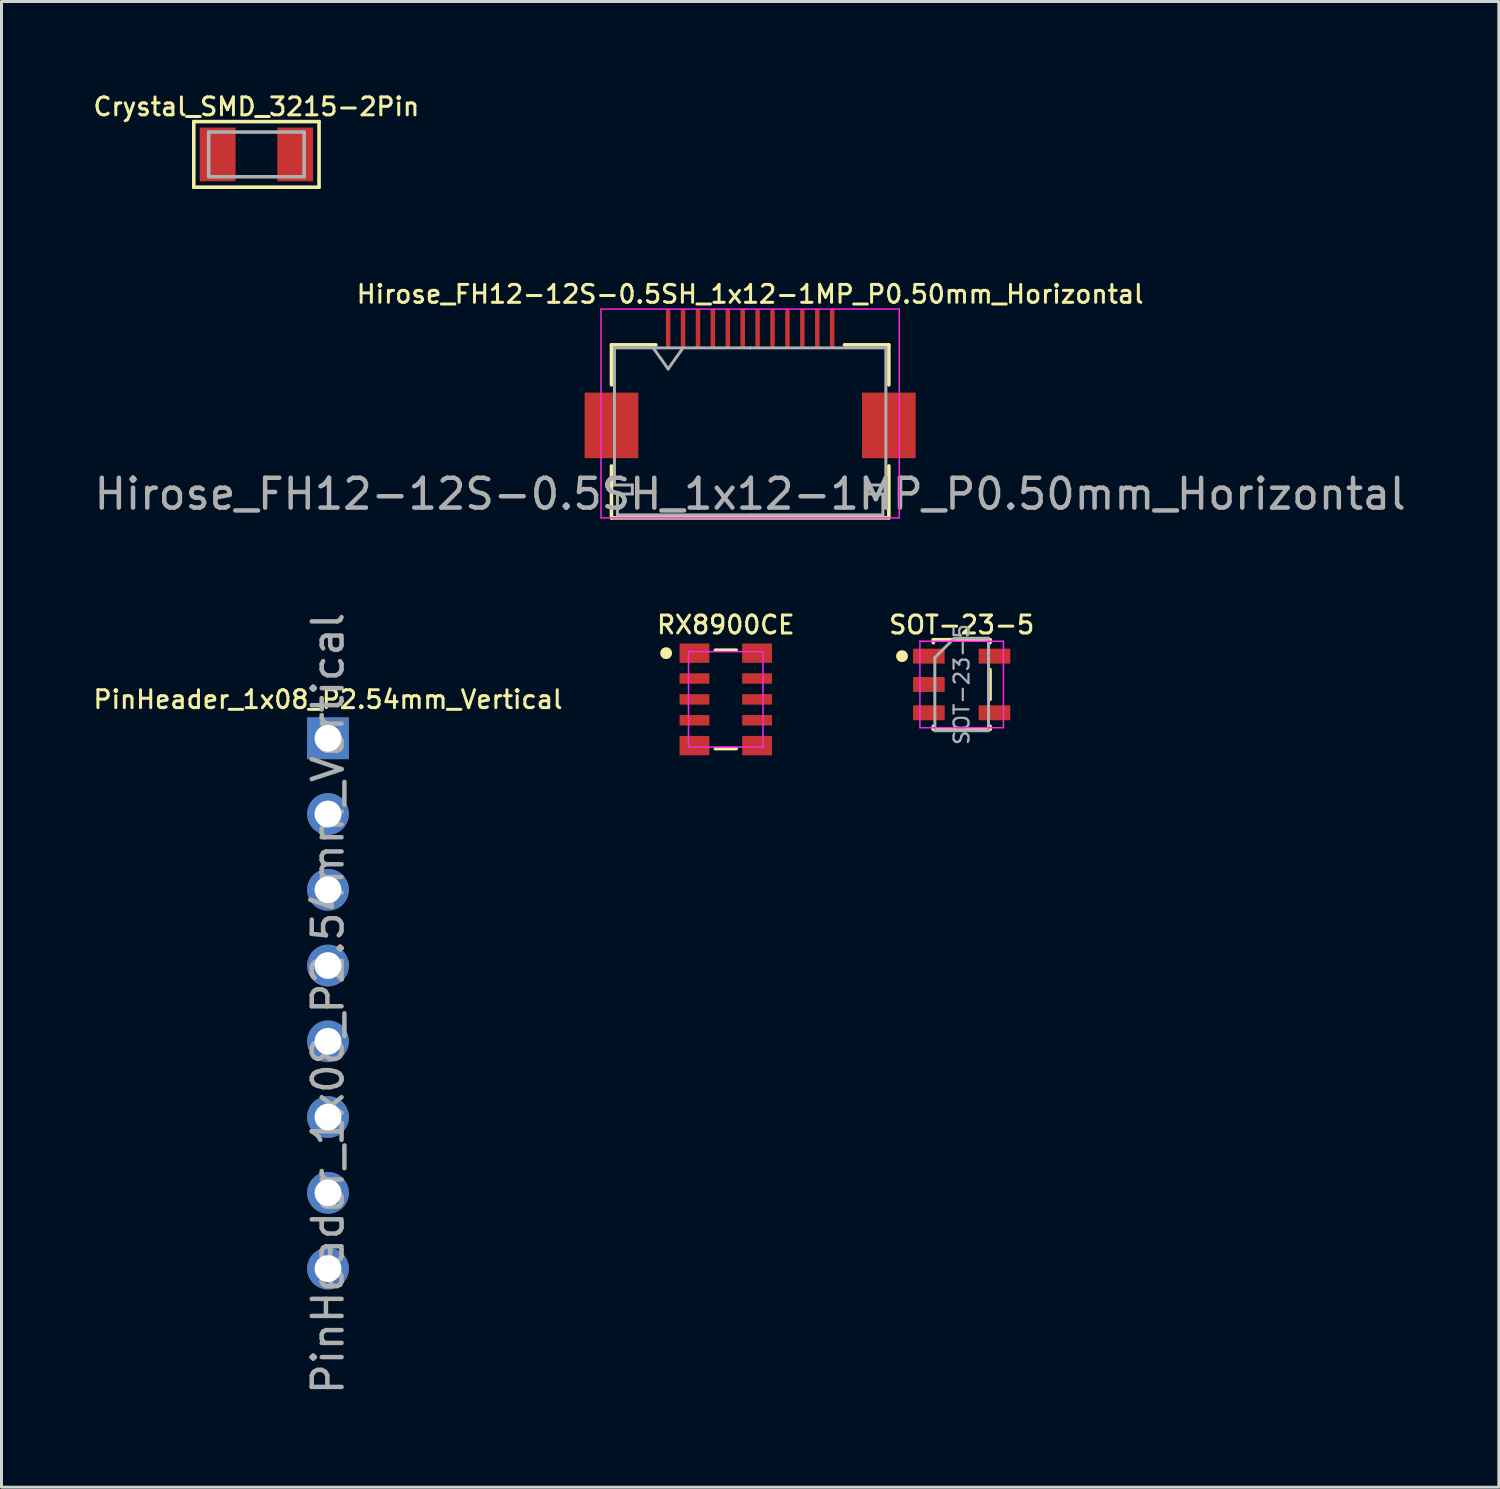
<source format=kicad_pcb>
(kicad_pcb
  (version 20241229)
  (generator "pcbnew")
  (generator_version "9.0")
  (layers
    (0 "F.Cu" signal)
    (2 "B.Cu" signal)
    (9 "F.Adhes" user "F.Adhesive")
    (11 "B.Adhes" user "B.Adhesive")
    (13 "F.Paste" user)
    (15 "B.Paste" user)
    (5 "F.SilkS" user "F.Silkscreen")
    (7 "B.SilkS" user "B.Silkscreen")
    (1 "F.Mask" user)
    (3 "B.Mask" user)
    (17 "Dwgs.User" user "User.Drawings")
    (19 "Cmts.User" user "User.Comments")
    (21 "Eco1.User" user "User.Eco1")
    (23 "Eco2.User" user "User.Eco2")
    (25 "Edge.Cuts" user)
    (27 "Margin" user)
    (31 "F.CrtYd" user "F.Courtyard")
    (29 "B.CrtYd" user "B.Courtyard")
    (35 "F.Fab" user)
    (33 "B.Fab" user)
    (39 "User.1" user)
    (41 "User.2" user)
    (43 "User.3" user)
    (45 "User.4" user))
  (footprint "SOT-23-5"
    (layer "F.Cu")
    (at 29.193 19.899)
    (property "Reference" "SOT-23-5" (at 0 -2 0) (layer "F.SilkS") (effects (font (size 0.6 0.6) (thickness 0.1))))
    (attr smd)
    (fp_line (start -0.95 -1.5) (end -0.95 -1.4) (stroke (width 0.12) (type solid)) (layer "F.SilkS"))
    (fp_line (start -0.95 1.4) (end -0.95 1.5) (stroke (width 0.12) (type solid)) (layer "F.SilkS"))
    (fp_line (start -0.95 1.5) (end 0.95 1.5) (stroke (width 0.12) (type solid)) (layer "F.SilkS"))
    (fp_line (start 0.95 -1.5) (end -0.95 -1.5) (stroke (width 0.12) (type solid)) (layer "F.SilkS"))
    (fp_line (start 0.95 -1.4) (end 0.95 -1.5) (stroke (width 0.12) (type solid)) (layer "F.SilkS"))
    (fp_line (start 0.95 -0.5) (end 0.95 0.5) (stroke (width 0.12) (type solid)) (layer "F.SilkS"))
    (fp_line (start 0.95 1.5) (end 0.95 1.4) (stroke (width 0.12) (type solid)) (layer "F.SilkS"))
    (fp_circle (center -2 -0.95) (end -1.9 -0.95) (stroke (width 0.2) (type solid)) (fill no) (layer "F.SilkS"))
    (fp_line (start -1.4 -1.45) (end 1.4 -1.45) (stroke (width 0.05) (type solid)) (layer "F.CrtYd"))
    (fp_line (start -1.4 1.45) (end -1.4 -1.45) (stroke (width 0.05) (type solid)) (layer "F.CrtYd"))
    (fp_line (start 1.4 -1.45) (end 1.4 1.45) (stroke (width 0.05) (type solid)) (layer "F.CrtYd"))
    (fp_line (start 1.4 1.45) (end -1.4 1.45) (stroke (width 0.05) (type solid)) (layer "F.CrtYd"))
    (fp_line (start -0.9 -0.9) (end -0.9 1.55) (stroke (width 0.1) (type solid)) (layer "F.Fab"))
    (fp_line (start -0.9 -0.9) (end -0.25 -1.55) (stroke (width 0.1) (type solid)) (layer "F.Fab"))
    (fp_line (start 0.9 -1.55) (end -0.25 -1.55) (stroke (width 0.1) (type solid)) (layer "F.Fab"))
    (fp_line (start 0.9 -1.55) (end 0.9 1.55) (stroke (width 0.1) (type solid)) (layer "F.Fab"))
    (fp_line (start 0.9 1.55) (end -0.9 1.55) (stroke (width 0.1) (type solid)) (layer "F.Fab"))
    (fp_text user "${REFERENCE}" (at 0 0 90) (layer "F.Fab") (effects (font (size 0.5 0.5) (thickness 0.075))))
    (pad "1" smd rect (at -1.1 -0.95) (size 1.06 0.5) (layers "F.Cu" "F.Mask" "F.Paste"))
    (pad "2" smd rect (at -1.1 0) (size 1.06 0.5) (layers "F.Cu" "F.Mask" "F.Paste"))
    (pad "3" smd rect (at -1.1 0.95) (size 1.06 0.5) (layers "F.Cu" "F.Mask" "F.Paste"))
    (pad "4" smd rect (at 1.1 0.95) (size 1.06 0.5) (layers "F.Cu" "F.Mask" "F.Paste"))
    (pad "5" smd rect (at 1.1 -0.95) (size 1.06 0.5) (layers "F.Cu" "F.Mask" "F.Paste")))
  (footprint "RX8900CE"
    (layer "F.Cu")
    (at 21.284 20.399)
    (property "Reference" "RX8900CE" (at 0 -2.5 0) (layer "F.SilkS") (effects (font (size 0.6 0.6) (thickness 0.1))))
    (attr through_hole)
    (fp_line (start -0.35 -1.65) (end 0.35 -1.65) (stroke (width 0.12) (type solid)) (layer "F.SilkS"))
    (fp_line (start -0.35 1.65) (end 0.35 1.65) (stroke (width 0.12) (type solid)) (layer "F.SilkS"))
    (fp_circle (center -2 -1.55) (end -1.9 -1.55) (stroke (width 0.2) (type solid)) (fill no) (layer "F.SilkS"))
    (fp_line (start -1.25 -1.6) (end 1.25 -1.6) (stroke (width 0.05) (type solid)) (layer "F.CrtYd"))
    (fp_line (start -1.25 1.6) (end -1.25 -1.6) (stroke (width 0.05) (type solid)) (layer "F.CrtYd"))
    (fp_line (start 1.25 -1.6) (end 1.25 1.6) (stroke (width 0.05) (type solid)) (layer "F.CrtYd"))
    (fp_line (start 1.25 1.6) (end -1.25 1.6) (stroke (width 0.05) (type solid)) (layer "F.CrtYd"))
    (pad "1" smd rect (at -1.05 -1.55) (size 1 0.65) (layers "F.Cu" "F.Mask" "F.Paste"))
    (pad "2" smd rect (at -1.05 -0.7) (size 1 0.35) (layers "F.Cu" "F.Mask" "F.Paste"))
    (pad "3" smd rect (at -1.05 0) (size 1 0.35) (layers "F.Cu" "F.Mask" "F.Paste"))
    (pad "4" smd rect (at -1.05 0.7) (size 1 0.35) (layers "F.Cu" "F.Mask" "F.Paste"))
    (pad "5" smd rect (at -1.05 1.55) (size 1 0.65) (layers "F.Cu" "F.Mask" "F.Paste"))
    (pad "6" smd rect (at 1.05 1.55) (size 1 0.65) (layers "F.Cu" "F.Mask" "F.Paste"))
    (pad "7" smd rect (at 1.05 0.7) (size 1 0.35) (layers "F.Cu" "F.Mask" "F.Paste"))
    (pad "8" smd rect (at 1.05 0) (size 1 0.35) (layers "F.Cu" "F.Mask" "F.Paste"))
    (pad "9" smd rect (at 1.05 -0.7) (size 1 0.35) (layers "F.Cu" "F.Mask" "F.Paste"))
    (pad "10" smd rect (at 1.05 -1.55) (size 1 0.65) (layers "F.Cu" "F.Mask" "F.Paste")))
  (footprint "Hirose_FH12-12S-0.5SH_1x12-1MP_P0.50mm_Horizontal"
    (layer "F.Cu")
    (at 22.101 9.813)
    (property "Reference" "Hirose_FH12-12S-0.5SH_1x12-1MP_P0.50mm_Horizontal" (at 0 -3 0) (layer "F.SilkS") (effects (font (size 0.6 0.6) (thickness 0.1))))
    (attr smd)
    (fp_line (start -4.65 -1.3) (end -4.65 0.04) (stroke (width 0.12) (type solid)) (layer "F.SilkS"))
    (fp_line (start -4.65 2.76) (end -4.65 4.5) (stroke (width 0.12) (type solid)) (layer "F.SilkS"))
    (fp_line (start -4.65 4.5) (end 4.65 4.5) (stroke (width 0.12) (type solid)) (layer "F.SilkS"))
    (fp_line (start -3.16 -1.3) (end -4.65 -1.3) (stroke (width 0.12) (type solid)) (layer "F.SilkS"))
    (fp_line (start 3.16 -1.3) (end 4.65 -1.3) (stroke (width 0.12) (type solid)) (layer "F.SilkS"))
    (fp_line (start 4.65 -1.3) (end 4.65 0.04) (stroke (width 0.12) (type solid)) (layer "F.SilkS"))
    (fp_line (start 4.65 4.5) (end 4.65 2.76) (stroke (width 0.12) (type solid)) (layer "F.SilkS"))
    (fp_line (start -5 -2.5) (end -5 4.5) (stroke (width 0.05) (type solid)) (layer "F.CrtYd"))
    (fp_line (start -5 4.5) (end 5 4.5) (stroke (width 0.05) (type solid)) (layer "F.CrtYd"))
    (fp_line (start 5 -2.5) (end -5 -2.5) (stroke (width 0.05) (type solid)) (layer "F.CrtYd"))
    (fp_line (start 5 4.5) (end 5 -2.5) (stroke (width 0.05) (type solid)) (layer "F.CrtYd"))
    (fp_line (start -4.55 -1.2) (end -4.55 3.4) (stroke (width 0.1) (type solid)) (layer "F.Fab"))
    (fp_line (start -4.55 3.4) (end -3.95 3.4) (stroke (width 0.1) (type solid)) (layer "F.Fab"))
    (fp_line (start -4.45 3.7) (end -4.45 4.4) (stroke (width 0.1) (type solid)) (layer "F.Fab"))
    (fp_line (start -4.45 4.4) (end 0 4.4) (stroke (width 0.1) (type solid)) (layer "F.Fab"))
    (fp_line (start -3.95 3.4) (end -3.95 3.7) (stroke (width 0.1) (type solid)) (layer "F.Fab"))
    (fp_line (start -3.95 3.7) (end -4.45 3.7) (stroke (width 0.1) (type solid)) (layer "F.Fab"))
    (fp_line (start -3.25 -1.2) (end -2.75 -0.493) (stroke (width 0.1) (type solid)) (layer "F.Fab"))
    (fp_line (start -2.75 -0.493) (end -2.25 -1.2) (stroke (width 0.1) (type solid)) (layer "F.Fab"))
    (fp_line (start 0 -1.2) (end -4.55 -1.2) (stroke (width 0.1) (type solid)) (layer "F.Fab"))
    (fp_line (start 0 -1.2) (end 4.55 -1.2) (stroke (width 0.1) (type solid)) (layer "F.Fab"))
    (fp_line (start 3.95 3.4) (end 3.95 3.7) (stroke (width 0.1) (type solid)) (layer "F.Fab"))
    (fp_line (start 3.95 3.7) (end 4.45 3.7) (stroke (width 0.1) (type solid)) (layer "F.Fab"))
    (fp_line (start 4.45 3.7) (end 4.45 4.4) (stroke (width 0.1) (type solid)) (layer "F.Fab"))
    (fp_line (start 4.45 4.4) (end 0 4.4) (stroke (width 0.1) (type solid)) (layer "F.Fab"))
    (fp_line (start 4.55 -1.2) (end 4.55 3.4) (stroke (width 0.1) (type solid)) (layer "F.Fab"))
    (fp_line (start 4.55 3.4) (end 3.95 3.4) (stroke (width 0.1) (type solid)) (layer "F.Fab"))
    (fp_text user "${REFERENCE}" (at 0 3.7 0) (layer "F.Fab") (effects (font (size 1 1) (thickness 0.15))))
    (pad "" smd rect (at -4.65 1.4) (size 1.8 2.2) (layers "F.Cu" "F.Mask" "F.Paste"))
    (pad "" smd rect (at 4.65 1.4) (size 1.8 2.2) (layers "F.Cu" "F.Mask" "F.Paste"))
    (pad "1" smd rect (at 2.75 -1.85) (size 0.15 1.3) (layers "F.Cu" "F.Mask" "F.Paste"))
    (pad "2" smd rect (at 2.25 -1.85) (size 0.15 1.3) (layers "F.Cu" "F.Mask" "F.Paste"))
    (pad "3" smd rect (at 1.75 -1.85) (size 0.15 1.3) (layers "F.Cu" "F.Mask" "F.Paste"))
    (pad "4" smd rect (at 1.25 -1.85) (size 0.15 1.3) (layers "F.Cu" "F.Mask" "F.Paste"))
    (pad "5" smd rect (at 0.75 -1.85) (size 0.15 1.3) (layers "F.Cu" "F.Mask" "F.Paste"))
    (pad "6" smd rect (at 0.25 -1.85) (size 0.15 1.3) (layers "F.Cu" "F.Mask" "F.Paste"))
    (pad "7" smd rect (at -0.25 -1.85) (size 0.15 1.3) (layers "F.Cu" "F.Mask" "F.Paste"))
    (pad "8" smd rect (at -0.75 -1.85) (size 0.15 1.3) (layers "F.Cu" "F.Mask" "F.Paste"))
    (pad "9" smd rect (at -1.25 -1.85) (size 0.15 1.3) (layers "F.Cu" "F.Mask" "F.Paste"))
    (pad "10" smd rect (at -1.75 -1.85) (size 0.15 1.3) (layers "F.Cu" "F.Mask" "F.Paste"))
    (pad "11" smd rect (at -2.25 -1.85) (size 0.15 1.3) (layers "F.Cu" "F.Mask" "F.Paste"))
    (pad "12" smd rect (at -2.75 -1.85) (size 0.15 1.3) (layers "F.Cu" "F.Mask" "F.Paste")))
  (footprint "PinHeader_1x08_P2.54mm_Vertical"
    (layer "F.Cu")
    (at 7.947 21.703)
    (property "Reference" "PinHeader_1x08_P2.54mm_Vertical" (at 0 -1.3 0) (layer "F.SilkS") (effects (font (size 0.6 0.6) (thickness 0.1))))
    (attr through_hole)
    (fp_text user "${REFERENCE}" (at 0 8.89 90) (layer "F.Fab") (effects (font (size 1 1) (thickness 0.15))))
    (pad "1" thru_hole rect (at 0 0) (size 1.4 1.4) (drill 0.9) (layers "*.Cu" "*.Mask"))
    (pad "2" thru_hole circle (at 0 2.54) (size 1.4 1.4) (drill 0.9) (layers "*.Cu" "*.Mask"))
    (pad "3" thru_hole circle (at 0 5.08) (size 1.4 1.4) (drill 0.9) (layers "*.Cu" "*.Mask"))
    (pad "4" thru_hole circle (at 0 7.62) (size 1.4 1.4) (drill 0.9) (layers "*.Cu" "*.Mask"))
    (pad "5" thru_hole circle (at 0 10.16) (size 1.4 1.4) (drill 0.9) (layers "*.Cu" "*.Mask"))
    (pad "6" thru_hole circle (at 0 12.7) (size 1.4 1.4) (drill 0.9) (layers "*.Cu" "*.Mask"))
    (pad "7" thru_hole circle (at 0 15.24) (size 1.4 1.4) (drill 0.9) (layers "*.Cu" "*.Mask"))
    (pad "8" thru_hole circle (at 0 17.78) (size 1.4 1.4) (drill 0.9) (layers "*.Cu" "*.Mask")))
  (footprint "Crystal_SMD_3215-2Pin"
    (layer "F.Cu")
    (at 5.547 2.127)
    (property "Reference" "Crystal_SMD_3215-2Pin" (at 0 -1.6 0) (layer "F.SilkS") (effects (font (size 0.6 0.6) (thickness 0.1))))
    (attr through_hole)
    (fp_line (start -2.1 -1.1) (end 2.1 -1.1) (stroke (width 0.12) (type solid)) (layer "F.SilkS"))
    (fp_line (start -2.1 1.1) (end -2.1 -1.1) (stroke (width 0.12) (type solid)) (layer "F.SilkS"))
    (fp_line (start 2.1 -1.1) (end 2.1 1.1) (stroke (width 0.12) (type solid)) (layer "F.SilkS"))
    (fp_line (start 2.1 1.1) (end -2.1 1.1) (stroke (width 0.12) (type solid)) (layer "F.SilkS"))
    (fp_line (start -1.6 -0.75) (end 1.6 -0.75) (stroke (width 0.12) (type solid)) (layer "F.Fab"))
    (fp_line (start -1.6 0.75) (end -1.6 -0.75) (stroke (width 0.12) (type solid)) (layer "F.Fab"))
    (fp_line (start 1.6 -0.75) (end 1.6 0.75) (stroke (width 0.12) (type solid)) (layer "F.Fab"))
    (fp_line (start 1.6 0.75) (end -1.6 0.75) (stroke (width 0.12) (type solid)) (layer "F.Fab"))
    (pad "1" smd rect (at -1.3 0) (size 1.2 1.8) (layers "F.Cu" "F.Mask" "F.Paste"))
    (pad "2" smd rect (at 1.3 0) (size 1.2 1.8) (layers "F.Cu" "F.Mask" "F.Paste")))
  (gr_rect
    (start -3 -3)
    (end 47.202 46.813)
    (stroke (width 0.1) (type default))
    (fill no)
    (layer "Edge.Cuts")))
</source>
